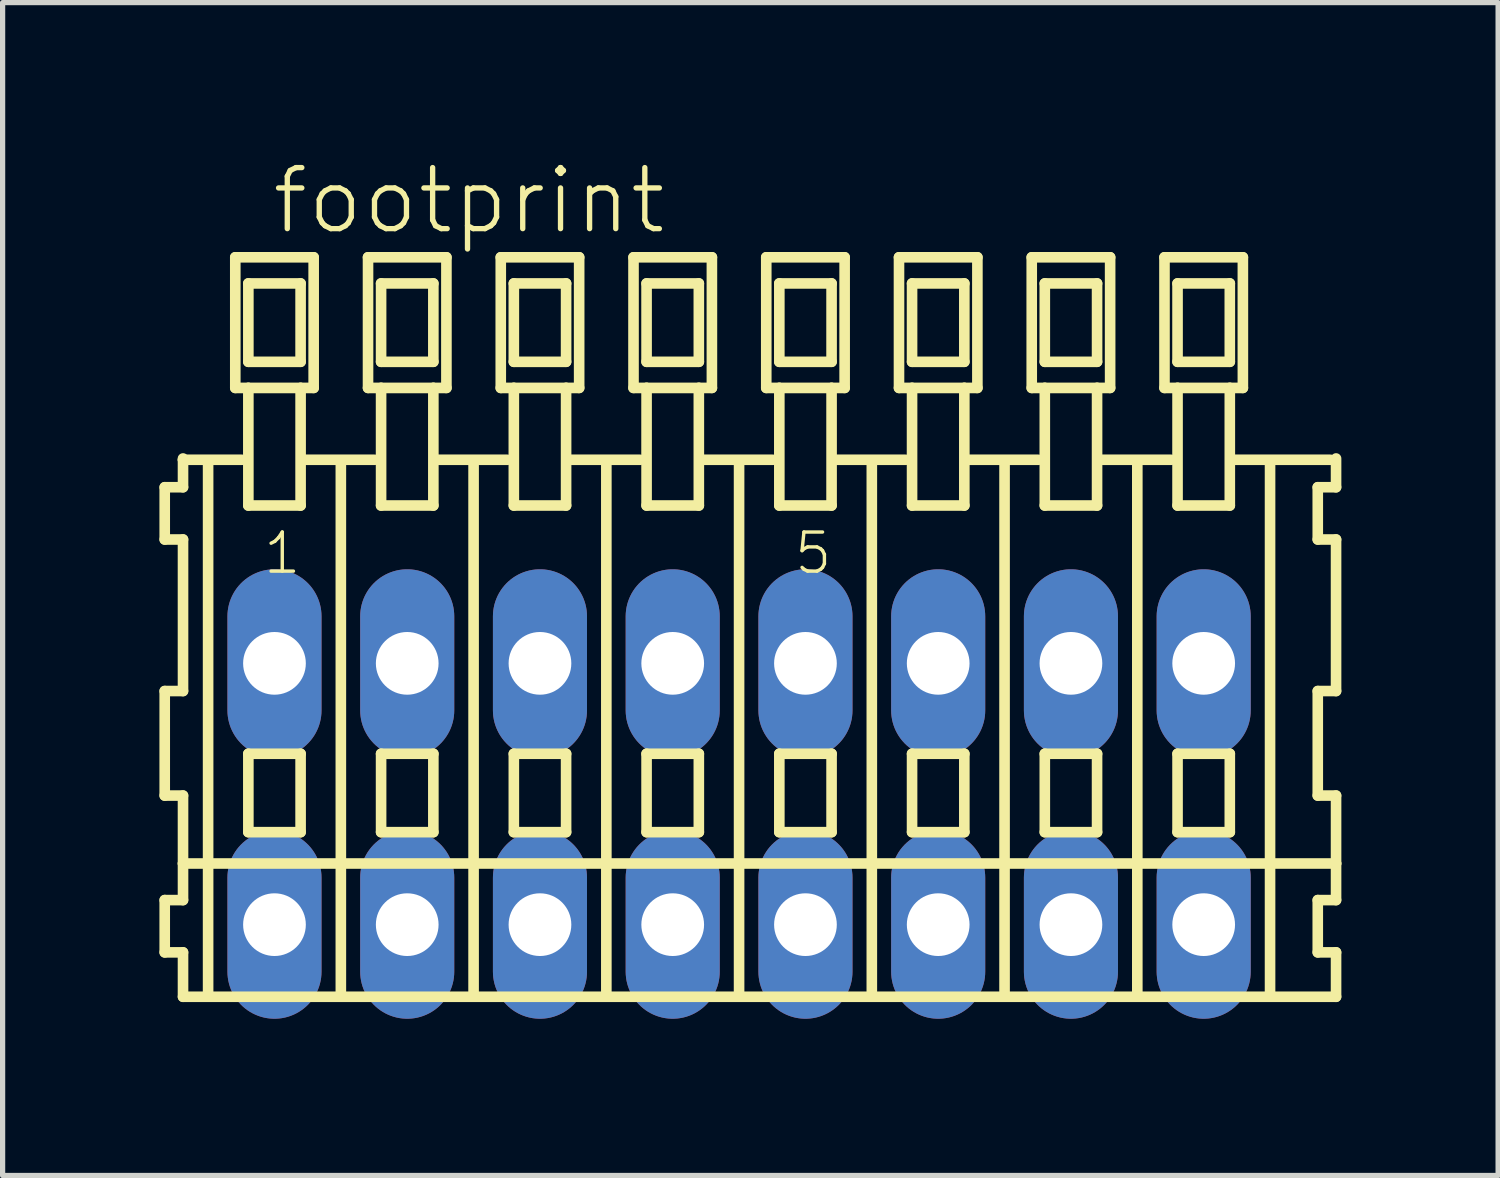
<source format=kicad_pcb>
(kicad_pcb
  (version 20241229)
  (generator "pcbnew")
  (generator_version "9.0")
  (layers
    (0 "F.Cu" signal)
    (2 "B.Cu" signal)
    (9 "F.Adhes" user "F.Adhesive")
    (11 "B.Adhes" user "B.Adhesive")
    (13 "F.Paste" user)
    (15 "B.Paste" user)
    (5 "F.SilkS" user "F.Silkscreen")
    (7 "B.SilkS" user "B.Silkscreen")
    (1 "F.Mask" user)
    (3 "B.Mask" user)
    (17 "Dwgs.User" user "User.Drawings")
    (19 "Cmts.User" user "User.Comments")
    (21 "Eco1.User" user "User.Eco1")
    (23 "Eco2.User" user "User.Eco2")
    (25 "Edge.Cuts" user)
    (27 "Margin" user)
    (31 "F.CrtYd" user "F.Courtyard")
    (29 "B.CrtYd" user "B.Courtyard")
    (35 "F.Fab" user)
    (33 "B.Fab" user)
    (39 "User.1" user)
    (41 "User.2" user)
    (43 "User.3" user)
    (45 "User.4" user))
  (footprint "footprint"
    (layer "F.Cu")
    (at 11.092 12.143)
    (property "Reference" "footprint" (at -8.99 -10.67 0) (layer "F.SilkS") (effects (font (size 1.168 1.168) (thickness 0.102)) (justify left bottom)))
    (fp_line (start -10.99 -5.87) (end -10.99 -4.87) (stroke (width 0.203) (type solid)) (layer "F.SilkS"))
    (fp_line (start -10.99 -4.87) (end -10.64 -4.87) (stroke (width 0.203) (type solid)) (layer "F.SilkS"))
    (fp_line (start -10.99 -1.97) (end -10.99 0.03) (stroke (width 0.203) (type solid)) (layer "F.SilkS"))
    (fp_line (start -10.99 0.03) (end -10.64 0.03) (stroke (width 0.203) (type solid)) (layer "F.SilkS"))
    (fp_line (start -10.99 2.03) (end -10.99 3.03) (stroke (width 0.203) (type solid)) (layer "F.SilkS"))
    (fp_line (start -10.99 3.03) (end -10.64 3.03) (stroke (width 0.203) (type solid)) (layer "F.SilkS"))
    (fp_line (start -10.64 -6.42) (end -10.64 -6.395) (stroke (width 0.203) (type solid)) (layer "F.SilkS"))
    (fp_line (start -10.64 -6.395) (end -10.64 -5.87) (stroke (width 0.203) (type solid)) (layer "F.SilkS"))
    (fp_line (start -10.64 -6.395) (end -9.515 -6.395) (stroke (width 0.203) (type solid)) (layer "F.SilkS"))
    (fp_line (start -10.64 -5.87) (end -10.99 -5.87) (stroke (width 0.203) (type solid)) (layer "F.SilkS"))
    (fp_line (start -10.64 -4.87) (end -10.64 -1.97) (stroke (width 0.203) (type solid)) (layer "F.SilkS"))
    (fp_line (start -10.64 -1.97) (end -10.99 -1.97) (stroke (width 0.203) (type solid)) (layer "F.SilkS"))
    (fp_line (start -10.64 0.03) (end -10.64 1.33) (stroke (width 0.203) (type solid)) (layer "F.SilkS"))
    (fp_line (start -10.64 1.33) (end -10.64 2.03) (stroke (width 0.203) (type solid)) (layer "F.SilkS"))
    (fp_line (start -10.64 1.33) (end 11.423 1.33) (stroke (width 0.203) (type solid)) (layer "F.SilkS"))
    (fp_line (start -10.64 2.03) (end -10.99 2.03) (stroke (width 0.203) (type solid)) (layer "F.SilkS"))
    (fp_line (start -10.64 3.03) (end -10.64 3.88) (stroke (width 0.203) (type solid)) (layer "F.SilkS"))
    (fp_line (start -10.64 3.88) (end 11.423 3.88) (stroke (width 0.203) (type solid)) (layer "F.SilkS"))
    (fp_line (start -10.16 3.83) (end -10.16 -6.33) (stroke (width 0.203) (type solid)) (layer "F.SilkS"))
    (fp_line (start -9.64 -10.27) (end -9.64 -7.77) (stroke (width 0.203) (type solid)) (layer "F.SilkS"))
    (fp_line (start -9.64 -7.77) (end -9.39 -7.77) (stroke (width 0.203) (type solid)) (layer "F.SilkS"))
    (fp_line (start -9.39 -9.77) (end -9.39 -8.27) (stroke (width 0.203) (type solid)) (layer "F.SilkS"))
    (fp_line (start -9.39 -8.27) (end -8.39 -8.27) (stroke (width 0.203) (type solid)) (layer "F.SilkS"))
    (fp_line (start -9.39 -7.77) (end -9.39 -5.52) (stroke (width 0.203) (type solid)) (layer "F.SilkS"))
    (fp_line (start -9.39 -7.77) (end -8.39 -7.77) (stroke (width 0.203) (type solid)) (layer "F.SilkS"))
    (fp_line (start -9.39 -5.52) (end -8.39 -5.52) (stroke (width 0.203) (type solid)) (layer "F.SilkS"))
    (fp_line (start -9.39 -0.77) (end -9.39 0.73) (stroke (width 0.203) (type solid)) (layer "F.SilkS"))
    (fp_line (start -9.39 0.73) (end -8.39 0.73) (stroke (width 0.203) (type solid)) (layer "F.SilkS"))
    (fp_line (start -8.39 -9.77) (end -9.39 -9.77) (stroke (width 0.203) (type solid)) (layer "F.SilkS"))
    (fp_line (start -8.39 -8.27) (end -8.39 -9.77) (stroke (width 0.203) (type solid)) (layer "F.SilkS"))
    (fp_line (start -8.39 -7.77) (end -8.14 -7.77) (stroke (width 0.203) (type solid)) (layer "F.SilkS"))
    (fp_line (start -8.39 -5.52) (end -8.39 -7.77) (stroke (width 0.203) (type solid)) (layer "F.SilkS"))
    (fp_line (start -8.39 -0.77) (end -9.39 -0.77) (stroke (width 0.203) (type solid)) (layer "F.SilkS"))
    (fp_line (start -8.39 0.73) (end -8.39 -0.77) (stroke (width 0.203) (type solid)) (layer "F.SilkS"))
    (fp_line (start -8.354 -6.395) (end -6.975 -6.395) (stroke (width 0.203) (type solid)) (layer "F.SilkS"))
    (fp_line (start -8.14 -10.27) (end -9.64 -10.27) (stroke (width 0.203) (type solid)) (layer "F.SilkS"))
    (fp_line (start -8.14 -7.77) (end -8.14 -10.27) (stroke (width 0.203) (type solid)) (layer "F.SilkS"))
    (fp_line (start -7.62 3.83) (end -7.62 -6.33) (stroke (width 0.203) (type solid)) (layer "F.SilkS"))
    (fp_line (start -7.1 -10.27) (end -7.1 -7.77) (stroke (width 0.203) (type solid)) (layer "F.SilkS"))
    (fp_line (start -7.1 -7.77) (end -6.85 -7.77) (stroke (width 0.203) (type solid)) (layer "F.SilkS"))
    (fp_line (start -6.85 -9.77) (end -6.85 -8.27) (stroke (width 0.203) (type solid)) (layer "F.SilkS"))
    (fp_line (start -6.85 -8.27) (end -5.85 -8.27) (stroke (width 0.203) (type solid)) (layer "F.SilkS"))
    (fp_line (start -6.85 -7.77) (end -6.85 -5.52) (stroke (width 0.203) (type solid)) (layer "F.SilkS"))
    (fp_line (start -6.85 -7.77) (end -5.85 -7.77) (stroke (width 0.203) (type solid)) (layer "F.SilkS"))
    (fp_line (start -6.85 -5.52) (end -5.85 -5.52) (stroke (width 0.203) (type solid)) (layer "F.SilkS"))
    (fp_line (start -6.85 -0.77) (end -6.85 0.73) (stroke (width 0.203) (type solid)) (layer "F.SilkS"))
    (fp_line (start -6.85 0.73) (end -5.85 0.73) (stroke (width 0.203) (type solid)) (layer "F.SilkS"))
    (fp_line (start -5.85 -9.77) (end -6.85 -9.77) (stroke (width 0.203) (type solid)) (layer "F.SilkS"))
    (fp_line (start -5.85 -8.27) (end -5.85 -9.77) (stroke (width 0.203) (type solid)) (layer "F.SilkS"))
    (fp_line (start -5.85 -7.77) (end -5.6 -7.77) (stroke (width 0.203) (type solid)) (layer "F.SilkS"))
    (fp_line (start -5.85 -5.52) (end -5.85 -7.77) (stroke (width 0.203) (type solid)) (layer "F.SilkS"))
    (fp_line (start -5.85 -0.77) (end -6.85 -0.77) (stroke (width 0.203) (type solid)) (layer "F.SilkS"))
    (fp_line (start -5.85 0.73) (end -5.85 -0.77) (stroke (width 0.203) (type solid)) (layer "F.SilkS"))
    (fp_line (start -5.814 -6.395) (end -4.435 -6.395) (stroke (width 0.203) (type solid)) (layer "F.SilkS"))
    (fp_line (start -5.6 -10.27) (end -7.1 -10.27) (stroke (width 0.203) (type solid)) (layer "F.SilkS"))
    (fp_line (start -5.6 -7.77) (end -5.6 -10.27) (stroke (width 0.203) (type solid)) (layer "F.SilkS"))
    (fp_line (start -5.08 3.83) (end -5.08 -6.33) (stroke (width 0.203) (type solid)) (layer "F.SilkS"))
    (fp_line (start -4.56 -10.27) (end -4.56 -7.77) (stroke (width 0.203) (type solid)) (layer "F.SilkS"))
    (fp_line (start -4.56 -7.77) (end -4.31 -7.77) (stroke (width 0.203) (type solid)) (layer "F.SilkS"))
    (fp_line (start -4.31 -9.77) (end -4.31 -8.27) (stroke (width 0.203) (type solid)) (layer "F.SilkS"))
    (fp_line (start -4.31 -8.27) (end -3.31 -8.27) (stroke (width 0.203) (type solid)) (layer "F.SilkS"))
    (fp_line (start -4.31 -7.77) (end -4.31 -5.52) (stroke (width 0.203) (type solid)) (layer "F.SilkS"))
    (fp_line (start -4.31 -7.77) (end -3.31 -7.77) (stroke (width 0.203) (type solid)) (layer "F.SilkS"))
    (fp_line (start -4.31 -5.52) (end -3.31 -5.52) (stroke (width 0.203) (type solid)) (layer "F.SilkS"))
    (fp_line (start -4.31 -0.77) (end -4.31 0.73) (stroke (width 0.203) (type solid)) (layer "F.SilkS"))
    (fp_line (start -4.31 0.73) (end -3.31 0.73) (stroke (width 0.203) (type solid)) (layer "F.SilkS"))
    (fp_line (start -3.31 -9.77) (end -4.31 -9.77) (stroke (width 0.203) (type solid)) (layer "F.SilkS"))
    (fp_line (start -3.31 -8.27) (end -3.31 -9.77) (stroke (width 0.203) (type solid)) (layer "F.SilkS"))
    (fp_line (start -3.31 -7.77) (end -3.06 -7.77) (stroke (width 0.203) (type solid)) (layer "F.SilkS"))
    (fp_line (start -3.31 -5.52) (end -3.31 -7.77) (stroke (width 0.203) (type solid)) (layer "F.SilkS"))
    (fp_line (start -3.31 -0.77) (end -4.31 -0.77) (stroke (width 0.203) (type solid)) (layer "F.SilkS"))
    (fp_line (start -3.31 0.73) (end -3.31 -0.77) (stroke (width 0.203) (type solid)) (layer "F.SilkS"))
    (fp_line (start -3.274 -6.395) (end -1.895 -6.395) (stroke (width 0.203) (type solid)) (layer "F.SilkS"))
    (fp_line (start -3.06 -10.27) (end -4.56 -10.27) (stroke (width 0.203) (type solid)) (layer "F.SilkS"))
    (fp_line (start -3.06 -7.77) (end -3.06 -10.27) (stroke (width 0.203) (type solid)) (layer "F.SilkS"))
    (fp_line (start -2.54 3.83) (end -2.54 -6.33) (stroke (width 0.203) (type solid)) (layer "F.SilkS"))
    (fp_line (start -2.02 -10.27) (end -2.02 -7.77) (stroke (width 0.203) (type solid)) (layer "F.SilkS"))
    (fp_line (start -2.02 -7.77) (end -1.77 -7.77) (stroke (width 0.203) (type solid)) (layer "F.SilkS"))
    (fp_line (start -1.77 -9.77) (end -1.77 -8.27) (stroke (width 0.203) (type solid)) (layer "F.SilkS"))
    (fp_line (start -1.77 -8.27) (end -0.77 -8.27) (stroke (width 0.203) (type solid)) (layer "F.SilkS"))
    (fp_line (start -1.77 -7.77) (end -1.77 -5.52) (stroke (width 0.203) (type solid)) (layer "F.SilkS"))
    (fp_line (start -1.77 -7.77) (end -0.77 -7.77) (stroke (width 0.203) (type solid)) (layer "F.SilkS"))
    (fp_line (start -1.77 -5.52) (end -0.77 -5.52) (stroke (width 0.203) (type solid)) (layer "F.SilkS"))
    (fp_line (start -1.77 -0.77) (end -1.77 0.73) (stroke (width 0.203) (type solid)) (layer "F.SilkS"))
    (fp_line (start -1.77 0.73) (end -0.77 0.73) (stroke (width 0.203) (type solid)) (layer "F.SilkS"))
    (fp_line (start -0.77 -9.77) (end -1.77 -9.77) (stroke (width 0.203) (type solid)) (layer "F.SilkS"))
    (fp_line (start -0.77 -8.27) (end -0.77 -9.77) (stroke (width 0.203) (type solid)) (layer "F.SilkS"))
    (fp_line (start -0.77 -7.77) (end -0.52 -7.77) (stroke (width 0.203) (type solid)) (layer "F.SilkS"))
    (fp_line (start -0.77 -5.52) (end -0.77 -7.77) (stroke (width 0.203) (type solid)) (layer "F.SilkS"))
    (fp_line (start -0.77 -0.77) (end -1.77 -0.77) (stroke (width 0.203) (type solid)) (layer "F.SilkS"))
    (fp_line (start -0.77 0.73) (end -0.77 -0.77) (stroke (width 0.203) (type solid)) (layer "F.SilkS"))
    (fp_line (start -0.734 -6.395) (end 0.645 -6.395) (stroke (width 0.203) (type solid)) (layer "F.SilkS"))
    (fp_line (start -0.52 -10.27) (end -2.02 -10.27) (stroke (width 0.203) (type solid)) (layer "F.SilkS"))
    (fp_line (start -0.52 -7.77) (end -0.52 -10.27) (stroke (width 0.203) (type solid)) (layer "F.SilkS"))
    (fp_line (start 0 3.83) (end 0 -6.33) (stroke (width 0.203) (type solid)) (layer "F.SilkS"))
    (fp_line (start 0.52 -10.27) (end 0.52 -7.77) (stroke (width 0.203) (type solid)) (layer "F.SilkS"))
    (fp_line (start 0.52 -7.77) (end 0.77 -7.77) (stroke (width 0.203) (type solid)) (layer "F.SilkS"))
    (fp_line (start 0.77 -9.77) (end 0.77 -8.27) (stroke (width 0.203) (type solid)) (layer "F.SilkS"))
    (fp_line (start 0.77 -8.27) (end 1.77 -8.27) (stroke (width 0.203) (type solid)) (layer "F.SilkS"))
    (fp_line (start 0.77 -7.77) (end 0.77 -5.52) (stroke (width 0.203) (type solid)) (layer "F.SilkS"))
    (fp_line (start 0.77 -7.77) (end 1.77 -7.77) (stroke (width 0.203) (type solid)) (layer "F.SilkS"))
    (fp_line (start 0.77 -5.52) (end 1.77 -5.52) (stroke (width 0.203) (type solid)) (layer "F.SilkS"))
    (fp_line (start 0.77 -0.77) (end 0.77 0.73) (stroke (width 0.203) (type solid)) (layer "F.SilkS"))
    (fp_line (start 0.77 0.73) (end 1.77 0.73) (stroke (width 0.203) (type solid)) (layer "F.SilkS"))
    (fp_line (start 1.77 -9.77) (end 0.77 -9.77) (stroke (width 0.203) (type solid)) (layer "F.SilkS"))
    (fp_line (start 1.77 -8.27) (end 1.77 -9.77) (stroke (width 0.203) (type solid)) (layer "F.SilkS"))
    (fp_line (start 1.77 -7.77) (end 2.02 -7.77) (stroke (width 0.203) (type solid)) (layer "F.SilkS"))
    (fp_line (start 1.77 -5.52) (end 1.77 -7.77) (stroke (width 0.203) (type solid)) (layer "F.SilkS"))
    (fp_line (start 1.77 -0.77) (end 0.77 -0.77) (stroke (width 0.203) (type solid)) (layer "F.SilkS"))
    (fp_line (start 1.77 0.73) (end 1.77 -0.77) (stroke (width 0.203) (type solid)) (layer "F.SilkS"))
    (fp_line (start 1.806 -6.395) (end 3.185 -6.395) (stroke (width 0.203) (type solid)) (layer "F.SilkS"))
    (fp_line (start 2.02 -10.27) (end 0.52 -10.27) (stroke (width 0.203) (type solid)) (layer "F.SilkS"))
    (fp_line (start 2.02 -7.77) (end 2.02 -10.27) (stroke (width 0.203) (type solid)) (layer "F.SilkS"))
    (fp_line (start 2.54 3.83) (end 2.54 -6.33) (stroke (width 0.203) (type solid)) (layer "F.SilkS"))
    (fp_line (start 3.06 -10.27) (end 3.06 -7.77) (stroke (width 0.203) (type solid)) (layer "F.SilkS"))
    (fp_line (start 3.06 -7.77) (end 3.31 -7.77) (stroke (width 0.203) (type solid)) (layer "F.SilkS"))
    (fp_line (start 3.31 -9.77) (end 3.31 -8.27) (stroke (width 0.203) (type solid)) (layer "F.SilkS"))
    (fp_line (start 3.31 -8.27) (end 4.31 -8.27) (stroke (width 0.203) (type solid)) (layer "F.SilkS"))
    (fp_line (start 3.31 -7.77) (end 3.31 -5.52) (stroke (width 0.203) (type solid)) (layer "F.SilkS"))
    (fp_line (start 3.31 -7.77) (end 4.31 -7.77) (stroke (width 0.203) (type solid)) (layer "F.SilkS"))
    (fp_line (start 3.31 -5.52) (end 4.31 -5.52) (stroke (width 0.203) (type solid)) (layer "F.SilkS"))
    (fp_line (start 3.31 -0.77) (end 3.31 0.73) (stroke (width 0.203) (type solid)) (layer "F.SilkS"))
    (fp_line (start 3.31 0.73) (end 4.31 0.73) (stroke (width 0.203) (type solid)) (layer "F.SilkS"))
    (fp_line (start 4.31 -9.77) (end 3.31 -9.77) (stroke (width 0.203) (type solid)) (layer "F.SilkS"))
    (fp_line (start 4.31 -8.27) (end 4.31 -9.77) (stroke (width 0.203) (type solid)) (layer "F.SilkS"))
    (fp_line (start 4.31 -7.77) (end 4.56 -7.77) (stroke (width 0.203) (type solid)) (layer "F.SilkS"))
    (fp_line (start 4.31 -5.52) (end 4.31 -7.77) (stroke (width 0.203) (type solid)) (layer "F.SilkS"))
    (fp_line (start 4.31 -0.77) (end 3.31 -0.77) (stroke (width 0.203) (type solid)) (layer "F.SilkS"))
    (fp_line (start 4.31 0.73) (end 4.31 -0.77) (stroke (width 0.203) (type solid)) (layer "F.SilkS"))
    (fp_line (start 4.346 -6.395) (end 5.725 -6.395) (stroke (width 0.203) (type solid)) (layer "F.SilkS"))
    (fp_line (start 4.56 -10.27) (end 3.06 -10.27) (stroke (width 0.203) (type solid)) (layer "F.SilkS"))
    (fp_line (start 4.56 -7.77) (end 4.56 -10.27) (stroke (width 0.203) (type solid)) (layer "F.SilkS"))
    (fp_line (start 5.08 3.83) (end 5.08 -6.33) (stroke (width 0.203) (type solid)) (layer "F.SilkS"))
    (fp_line (start 5.6 -10.27) (end 5.6 -7.77) (stroke (width 0.203) (type solid)) (layer "F.SilkS"))
    (fp_line (start 5.6 -7.77) (end 5.85 -7.77) (stroke (width 0.203) (type solid)) (layer "F.SilkS"))
    (fp_line (start 5.85 -9.77) (end 5.85 -8.27) (stroke (width 0.203) (type solid)) (layer "F.SilkS"))
    (fp_line (start 5.85 -8.27) (end 6.85 -8.27) (stroke (width 0.203) (type solid)) (layer "F.SilkS"))
    (fp_line (start 5.85 -7.77) (end 5.85 -5.52) (stroke (width 0.203) (type solid)) (layer "F.SilkS"))
    (fp_line (start 5.85 -7.77) (end 6.85 -7.77) (stroke (width 0.203) (type solid)) (layer "F.SilkS"))
    (fp_line (start 5.85 -5.52) (end 6.85 -5.52) (stroke (width 0.203) (type solid)) (layer "F.SilkS"))
    (fp_line (start 5.85 -0.77) (end 5.85 0.73) (stroke (width 0.203) (type solid)) (layer "F.SilkS"))
    (fp_line (start 5.85 0.73) (end 6.85 0.73) (stroke (width 0.203) (type solid)) (layer "F.SilkS"))
    (fp_line (start 6.85 -9.77) (end 5.85 -9.77) (stroke (width 0.203) (type solid)) (layer "F.SilkS"))
    (fp_line (start 6.85 -8.27) (end 6.85 -9.77) (stroke (width 0.203) (type solid)) (layer "F.SilkS"))
    (fp_line (start 6.85 -7.77) (end 7.1 -7.77) (stroke (width 0.203) (type solid)) (layer "F.SilkS"))
    (fp_line (start 6.85 -5.52) (end 6.85 -7.77) (stroke (width 0.203) (type solid)) (layer "F.SilkS"))
    (fp_line (start 6.85 -0.77) (end 5.85 -0.77) (stroke (width 0.203) (type solid)) (layer "F.SilkS"))
    (fp_line (start 6.85 0.73) (end 6.85 -0.77) (stroke (width 0.203) (type solid)) (layer "F.SilkS"))
    (fp_line (start 6.886 -6.395) (end 8.265 -6.395) (stroke (width 0.203) (type solid)) (layer "F.SilkS"))
    (fp_line (start 7.1 -10.27) (end 5.6 -10.27) (stroke (width 0.203) (type solid)) (layer "F.SilkS"))
    (fp_line (start 7.1 -7.77) (end 7.1 -10.27) (stroke (width 0.203) (type solid)) (layer "F.SilkS"))
    (fp_line (start 7.62 3.83) (end 7.62 -6.33) (stroke (width 0.203) (type solid)) (layer "F.SilkS"))
    (fp_line (start 8.14 -10.27) (end 8.14 -7.77) (stroke (width 0.203) (type solid)) (layer "F.SilkS"))
    (fp_line (start 8.14 -7.77) (end 8.39 -7.77) (stroke (width 0.203) (type solid)) (layer "F.SilkS"))
    (fp_line (start 8.39 -9.77) (end 8.39 -8.27) (stroke (width 0.203) (type solid)) (layer "F.SilkS"))
    (fp_line (start 8.39 -8.27) (end 9.39 -8.27) (stroke (width 0.203) (type solid)) (layer "F.SilkS"))
    (fp_line (start 8.39 -7.77) (end 8.39 -5.52) (stroke (width 0.203) (type solid)) (layer "F.SilkS"))
    (fp_line (start 8.39 -7.77) (end 9.39 -7.77) (stroke (width 0.203) (type solid)) (layer "F.SilkS"))
    (fp_line (start 8.39 -5.52) (end 9.39 -5.52) (stroke (width 0.203) (type solid)) (layer "F.SilkS"))
    (fp_line (start 8.39 -0.77) (end 8.39 0.73) (stroke (width 0.203) (type solid)) (layer "F.SilkS"))
    (fp_line (start 8.39 0.73) (end 9.39 0.73) (stroke (width 0.203) (type solid)) (layer "F.SilkS"))
    (fp_line (start 9.39 -9.77) (end 8.39 -9.77) (stroke (width 0.203) (type solid)) (layer "F.SilkS"))
    (fp_line (start 9.39 -8.27) (end 9.39 -9.77) (stroke (width 0.203) (type solid)) (layer "F.SilkS"))
    (fp_line (start 9.39 -7.77) (end 9.64 -7.77) (stroke (width 0.203) (type solid)) (layer "F.SilkS"))
    (fp_line (start 9.39 -5.52) (end 9.39 -7.77) (stroke (width 0.203) (type solid)) (layer "F.SilkS"))
    (fp_line (start 9.39 -0.77) (end 8.39 -0.77) (stroke (width 0.203) (type solid)) (layer "F.SilkS"))
    (fp_line (start 9.39 0.73) (end 9.39 -0.77) (stroke (width 0.203) (type solid)) (layer "F.SilkS"))
    (fp_line (start 9.426 -6.395) (end 11.313 -6.395) (stroke (width 0.203) (type solid)) (layer "F.SilkS"))
    (fp_line (start 9.64 -10.27) (end 8.14 -10.27) (stroke (width 0.203) (type solid)) (layer "F.SilkS"))
    (fp_line (start 9.64 -7.77) (end 9.64 -10.27) (stroke (width 0.203) (type solid)) (layer "F.SilkS"))
    (fp_line (start 10.16 3.83) (end 10.16 -6.33) (stroke (width 0.203) (type solid)) (layer "F.SilkS"))
    (fp_line (start 11.073 -5.87) (end 11.073 -4.87) (stroke (width 0.203) (type solid)) (layer "F.SilkS"))
    (fp_line (start 11.073 -4.87) (end 11.423 -4.87) (stroke (width 0.203) (type solid)) (layer "F.SilkS"))
    (fp_line (start 11.073 -1.97) (end 11.073 0.03) (stroke (width 0.203) (type solid)) (layer "F.SilkS"))
    (fp_line (start 11.073 0.03) (end 11.423 0.03) (stroke (width 0.203) (type solid)) (layer "F.SilkS"))
    (fp_line (start 11.073 2.03) (end 11.073 3.03) (stroke (width 0.203) (type solid)) (layer "F.SilkS"))
    (fp_line (start 11.073 3.03) (end 11.423 3.03) (stroke (width 0.203) (type solid)) (layer "F.SilkS"))
    (fp_line (start 11.423 -5.87) (end 11.073 -5.87) (stroke (width 0.203) (type solid)) (layer "F.SilkS"))
    (fp_line (start 11.423 -5.87) (end 11.423 -6.42) (stroke (width 0.203) (type solid)) (layer "F.SilkS"))
    (fp_line (start 11.423 -1.97) (end 11.073 -1.97) (stroke (width 0.203) (type solid)) (layer "F.SilkS"))
    (fp_line (start 11.423 -1.97) (end 11.423 -4.87) (stroke (width 0.203) (type solid)) (layer "F.SilkS"))
    (fp_line (start 11.423 1.33) (end 11.423 0.03) (stroke (width 0.203) (type solid)) (layer "F.SilkS"))
    (fp_line (start 11.423 2.03) (end 11.073 2.03) (stroke (width 0.203) (type solid)) (layer "F.SilkS"))
    (fp_line (start 11.423 2.03) (end 11.423 1.33) (stroke (width 0.203) (type solid)) (layer "F.SilkS"))
    (fp_line (start 11.423 3.88) (end 11.423 3.03) (stroke (width 0.203) (type solid)) (layer "F.SilkS"))
    (fp_text user "5" (at 1.02 -4.17 0) (layer "F.SilkS") (effects (font (size 0.748 0.748) (thickness 0.065)) (justify left bottom)))
    (fp_text user "1" (at -9.14 -4.17 0) (layer "F.SilkS") (effects (font (size 0.748 0.748) (thickness 0.065)) (justify left bottom)))
    (pad "A1" thru_hole oval (at -8.89 -2.5 90) (size 3.6 1.8) (drill 1.2) (layers "*.Cu" "*.Mask"))
    (pad "A2" thru_hole oval (at -6.35 -2.5 90) (size 3.6 1.8) (drill 1.2) (layers "*.Cu" "*.Mask"))
    (pad "A3" thru_hole oval (at -3.81 -2.5 90) (size 3.6 1.8) (drill 1.2) (layers "*.Cu" "*.Mask"))
    (pad "A4" thru_hole oval (at -1.27 -2.5 90) (size 3.6 1.8) (drill 1.2) (layers "*.Cu" "*.Mask"))
    (pad "A5" thru_hole oval (at 1.27 -2.5 90) (size 3.6 1.8) (drill 1.2) (layers "*.Cu" "*.Mask"))
    (pad "A6" thru_hole oval (at 3.81 -2.5 90) (size 3.6 1.8) (drill 1.2) (layers "*.Cu" "*.Mask"))
    (pad "A7" thru_hole oval (at 6.35 -2.5 90) (size 3.6 1.8) (drill 1.2) (layers "*.Cu" "*.Mask"))
    (pad "A8" thru_hole oval (at 8.89 -2.5 90) (size 3.6 1.8) (drill 1.2) (layers "*.Cu" "*.Mask"))
    (pad "B1" thru_hole oval (at -8.89 2.5 90) (size 3.6 1.8) (drill 1.2) (layers "*.Cu" "*.Mask"))
    (pad "B2" thru_hole oval (at -6.35 2.5 90) (size 3.6 1.8) (drill 1.2) (layers "*.Cu" "*.Mask"))
    (pad "B3" thru_hole oval (at -3.81 2.5 90) (size 3.6 1.8) (drill 1.2) (layers "*.Cu" "*.Mask"))
    (pad "B4" thru_hole oval (at -1.27 2.5 90) (size 3.6 1.8) (drill 1.2) (layers "*.Cu" "*.Mask"))
    (pad "B5" thru_hole oval (at 1.27 2.5 90) (size 3.6 1.8) (drill 1.2) (layers "*.Cu" "*.Mask"))
    (pad "B6" thru_hole oval (at 3.81 2.5 90) (size 3.6 1.8) (drill 1.2) (layers "*.Cu" "*.Mask"))
    (pad "B7" thru_hole oval (at 6.35 2.5 90) (size 3.6 1.8) (drill 1.2) (layers "*.Cu" "*.Mask"))
    (pad "B8" thru_hole oval (at 8.89 2.5 90) (size 3.6 1.8) (drill 1.2) (layers "*.Cu" "*.Mask")))
  (gr_rect
    (start -3 -3)
    (end 25.616 19.443)
    (stroke (width 0.1) (type default))
    (fill no)
    (layer "Edge.Cuts")))
</source>
